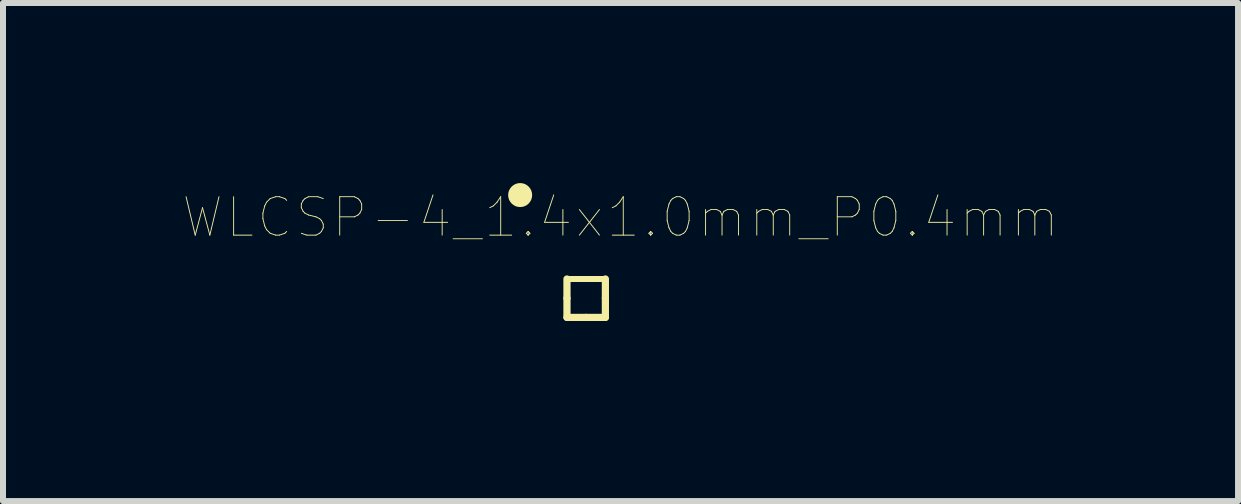
<source format=kicad_pcb>
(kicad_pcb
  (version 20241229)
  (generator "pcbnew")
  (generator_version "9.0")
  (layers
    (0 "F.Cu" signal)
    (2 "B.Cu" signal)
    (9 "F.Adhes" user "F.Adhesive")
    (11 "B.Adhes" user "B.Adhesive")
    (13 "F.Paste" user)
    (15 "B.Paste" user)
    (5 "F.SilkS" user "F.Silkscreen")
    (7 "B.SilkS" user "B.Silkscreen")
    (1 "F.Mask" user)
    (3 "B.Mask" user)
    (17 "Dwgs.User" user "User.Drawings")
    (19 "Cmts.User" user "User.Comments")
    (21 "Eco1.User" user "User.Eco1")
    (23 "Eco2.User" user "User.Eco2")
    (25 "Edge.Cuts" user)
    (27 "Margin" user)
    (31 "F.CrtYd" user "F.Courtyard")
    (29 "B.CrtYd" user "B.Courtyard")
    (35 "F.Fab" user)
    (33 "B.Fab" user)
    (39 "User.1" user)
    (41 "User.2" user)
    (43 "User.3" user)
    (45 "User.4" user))
  (footprint "WLCSP-4_1.4x1.0mm_P0.4mm"
    (layer "F.Cu")
    (at 6.756 1.978)
    (property "Reference" "WLCSP-4_1.4x1.0mm_P0.4mm" (at 0.532 -1.406 0) (layer "F.SilkS") (effects (font (size 0.64 0.64) (thickness 0.015))))
    (attr through_hole)
    (fp_line (start -0.36 -0.38) (end -0.36 -0.06) (stroke (width 0.12) (type solid)) (layer "F.SilkS"))
    (fp_line (start -0.36 -0.06) (end -0.36 0.26) (stroke (width 0.12) (type solid)) (layer "F.SilkS"))
    (fp_line (start -0.36 0.26) (end -0.04 0.26) (stroke (width 0.12) (type solid)) (layer "F.SilkS"))
    (fp_line (start -0.04 -0.38) (end -0.36 -0.38) (stroke (width 0.1) (type solid)) (layer "F.SilkS"))
    (fp_line (start -0.04 0.26) (end 0.28 0.26) (stroke (width 0.12) (type solid)) (layer "F.SilkS"))
    (fp_line (start 0.28 -0.38) (end -0.04 -0.38) (stroke (width 0.1) (type solid)) (layer "F.SilkS"))
    (fp_line (start 0.28 -0.38) (end 0.28 -0.06) (stroke (width 0.12) (type solid)) (layer "F.SilkS"))
    (fp_line (start 0.28 -0.06) (end 0.28 0.26) (stroke (width 0.12) (type solid)) (layer "F.SilkS"))
    (fp_circle (center -1.14 -1.778) (end -1.04 -1.778) (stroke (width 0.2) (type solid)) (fill no) (layer "F.SilkS")))
  (gr_rect
    (start -3 -3)
    (end 17.576 5.298)
    (stroke (width 0.1) (type default))
    (fill no)
    (layer "Edge.Cuts")))
</source>
